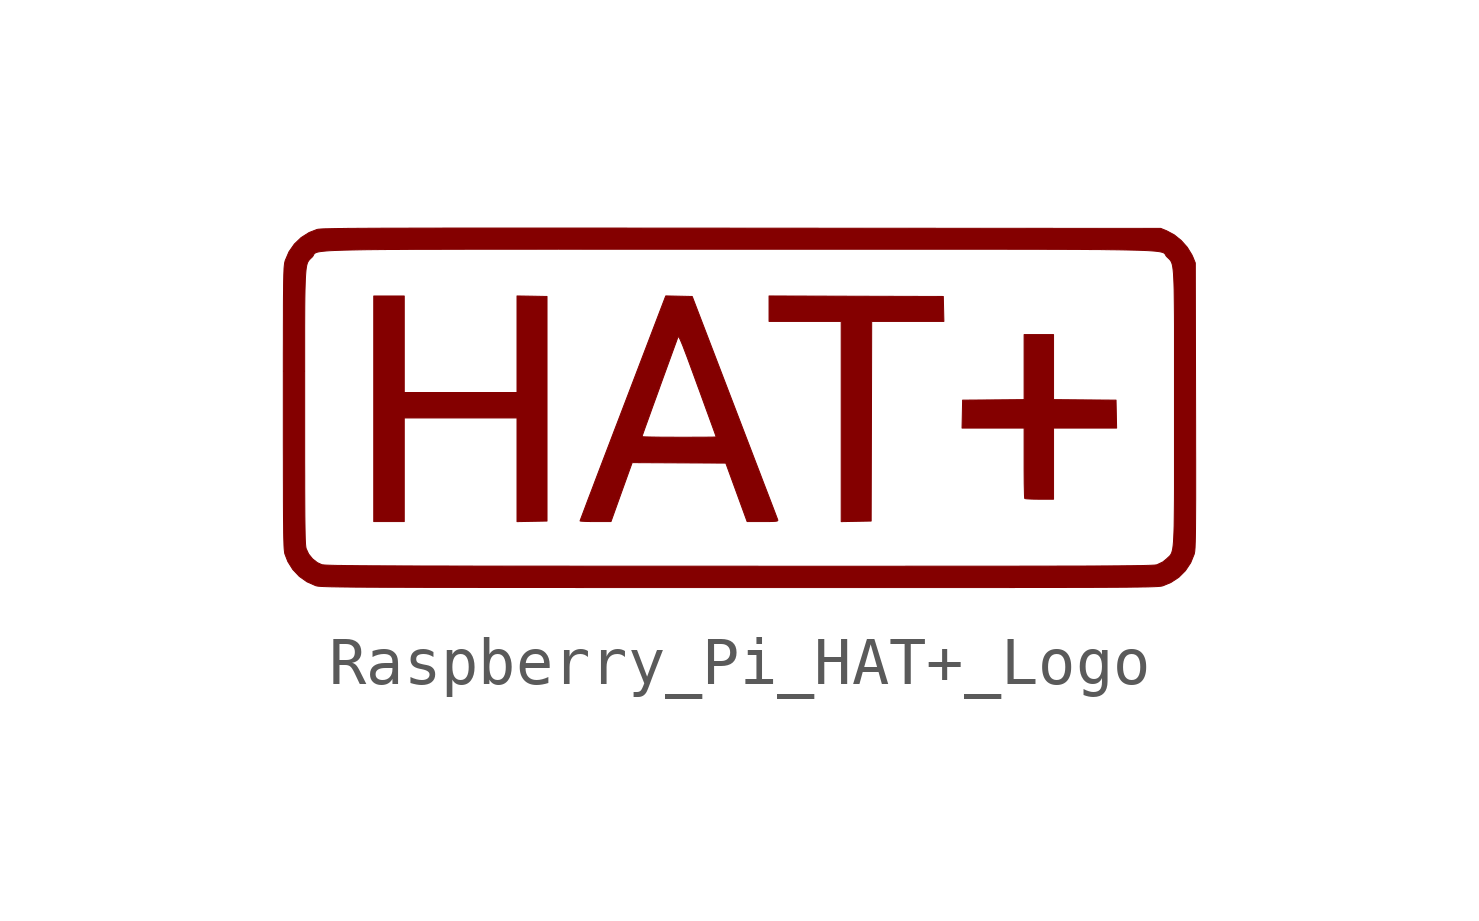
<source format=kicad_sym>
(kicad_symbol_lib
  (version 20241209)
  (generator "kicad_symbol_editor")
  (generator_version "9.0")
  (symbol "Raspberry_Pi_HAT+_Logo"
    (pin_names
      (offset 1.016))
    (property "Reference" "#G"
      (at 0 5.08 0)
      (effects (font (size 1.27 1.27)) (hide yes)))
    (symbol "Raspberry_Pi_HAT+_Logo_0_0"
      (polyline (pts (xy -4.323 -2.366) (xy -4.011 -2.36) (xy -4.011 -0.021) (xy -4.011 2.318) (xy -4.323 2.324) (xy -4.636 2.329) (xy -4.636 1.323) (xy -4.636 0.318) (xy -5.81 0.318) (xy -6.985 0.318) (xy -6.985 1.323) (xy -6.985 2.328) (xy -7.303 2.328) (xy -7.62 2.328) (xy -7.62 -0.021) (xy -7.62 -2.371) (xy -7.303 -2.371) (xy -6.985 -2.371) (xy -6.985 -1.291) (xy -6.985 -0.212) (xy -5.81 -0.212) (xy -4.636 -0.212) (xy -4.636 -1.292) (xy -4.636 -2.372) (xy -4.323 -2.366)) (stroke (width 0.01) (type default)) (fill (type outline)))
      (polyline (pts (xy -2.458 -1.757) (xy -2.237 -1.143) (xy -1.262 -1.148) (xy -0.287 -1.153) (xy -0.065 -1.762) (xy 0.157 -2.371) (xy 0.482 -2.371) (xy 0.518 -2.371) (xy 0.631 -2.37) (xy 0.71 -2.368) (xy 0.76 -2.364) (xy 0.787 -2.358) (xy 0.797 -2.348) (xy 0.795 -2.334) (xy 0.792 -2.325) (xy 0.775 -2.281) (xy 0.745 -2.201) (xy 0.702 -2.088) (xy 0.647 -1.944) (xy 0.581 -1.772) (xy 0.505 -1.575) (xy 0.421 -1.354) (xy 0.328 -1.112) (xy 0.229 -0.853) (xy 0.123 -0.577) (xy 0.013 -0.289) (xy -0.102 0.011) (xy -0.986 2.318) (xy -1.262 2.324) (xy -1.538 2.33) (xy -2.43 -0.007) (xy -2.502 -0.196) (xy -2.615 -0.49) (xy -2.657 -0.601) (xy -2.032 -0.601) (xy -2.032 -0.599) (xy -2.022 -0.569) (xy -1.999 -0.504) (xy -1.965 -0.408) (xy -1.92 -0.284) (xy -1.867 -0.137) (xy -1.807 0.031) (xy -1.74 0.214) (xy -1.669 0.41) (xy -1.657 0.445) (xy -1.586 0.641) (xy -1.519 0.825) (xy -1.457 0.995) (xy -1.403 1.144) (xy -1.357 1.271) (xy -1.321 1.369) (xy -1.297 1.437) (xy -1.286 1.468) (xy -1.284 1.473) (xy -1.277 1.48) (xy -1.268 1.475) (xy -1.255 1.457) (xy -1.238 1.422) (xy -1.214 1.367) (xy -1.182 1.29) (xy -1.143 1.187) (xy -1.093 1.056) (xy -1.033 0.893) (xy -0.961 0.697) (xy -0.876 0.463) (xy -0.838 0.361) (xy -0.767 0.165) (xy -0.701 -0.017) (xy -0.641 -0.181) (xy -0.589 -0.324) (xy -0.546 -0.442) (xy -0.514 -0.531) (xy -0.494 -0.588) (xy -0.487 -0.608) (xy -0.487 -0.608) (xy -0.508 -0.609) (xy -0.567 -0.611) (xy -0.658 -0.612) (xy -0.778 -0.613) (xy -0.921 -0.613) (xy -1.083 -0.614) (xy -1.259 -0.614) (xy -1.263 -0.614) (xy -1.439 -0.613) (xy -1.601 -0.613) (xy -1.743 -0.611) (xy -1.863 -0.609) (xy -1.954 -0.607) (xy -2.012 -0.604) (xy -2.032 -0.601) (xy -2.657 -0.601) (xy -2.722 -0.771) (xy -2.824 -1.038) (xy -2.919 -1.287) (xy -3.006 -1.516) (xy -3.084 -1.723) (xy -3.154 -1.905) (xy -3.212 -2.06) (xy -3.259 -2.185) (xy -3.294 -2.278) (xy -3.316 -2.336) (xy -3.323 -2.357) (xy -3.317 -2.36) (xy -3.277 -2.364) (xy -3.207 -2.368) (xy -3.112 -2.37) (xy -3 -2.371) (xy -2.678 -2.371) (xy -2.458 -1.757)) (stroke (width 0.01) (type default)) (fill (type outline)))
      (polyline (pts (xy 2.429 -2.366) (xy 2.741 -2.36) (xy 2.747 -0.28) (xy 2.752 1.799) (xy 3.504 1.799) (xy 4.256 1.799) (xy 4.25 2.058) (xy 4.244 2.318) (xy 2.429 2.323) (xy 0.614 2.329) (xy 0.614 2.064) (xy 0.614 1.799) (xy 1.365 1.799) (xy 2.117 1.799) (xy 2.117 -0.286) (xy 2.117 -2.372) (xy 2.429 -2.366)) (stroke (width 0.01) (type default)) (fill (type outline)))
      (polyline (pts (xy 3.327 -3.745) (xy 3.848 -3.745) (xy 4.335 -3.745) (xy 4.789 -3.745) (xy 5.21 -3.745) (xy 5.6 -3.745) (xy 5.961 -3.744) (xy 6.292 -3.744) (xy 6.597 -3.744) (xy 6.875 -3.743) (xy 7.128 -3.742) (xy 7.357 -3.742) (xy 7.564 -3.741) (xy 7.75 -3.74) (xy 7.916 -3.739) (xy 8.063 -3.738) (xy 8.192 -3.736) (xy 8.305 -3.735) (xy 8.402 -3.733) (xy 8.486 -3.732) (xy 8.557 -3.73) (xy 8.616 -3.728) (xy 8.665 -3.726) (xy 8.706 -3.724) (xy 8.738 -3.721) (xy 8.764 -3.719) (xy 8.784 -3.716) (xy 8.8 -3.713) (xy 8.813 -3.71) (xy 8.825 -3.706) (xy 8.986 -3.639) (xy 9.15 -3.531) (xy 9.288 -3.393) (xy 9.397 -3.23) (xy 9.471 -3.047) (xy 9.472 -3.042) (xy 9.476 -3.022) (xy 9.481 -2.994) (xy 9.484 -2.958) (xy 9.488 -2.912) (xy 9.49 -2.853) (xy 9.493 -2.778) (xy 9.495 -2.687) (xy 9.497 -2.576) (xy 9.498 -2.445) (xy 9.499 -2.29) (xy 9.5 -2.109) (xy 9.501 -1.901) (xy 9.501 -1.664) (xy 9.501 -1.394) (xy 9.501 -1.091) (xy 9.5 -0.752) (xy 9.5 -0.374) (xy 9.499 0.043) (xy 9.493 3.016) (xy 9.446 3.133) (xy 9.422 3.186) (xy 9.325 3.344) (xy 9.199 3.485) (xy 9.054 3.602) (xy 8.897 3.686) (xy 8.774 3.736) (xy 0.043 3.741) (xy -0.459 3.742) (xy -1.159 3.742) (xy -1.819 3.742) (xy -2.439 3.743) (xy -3.022 3.743) (xy -3.568 3.743) (xy -4.079 3.743) (xy -4.555 3.743) (xy -4.997 3.743) (xy -5.409 3.743) (xy -5.789 3.743) (xy -6.14 3.743) (xy -6.462 3.742) (xy -6.758 3.742) (xy -7.027 3.741) (xy -7.272 3.741) (xy -7.493 3.74) (xy -7.692 3.739) (xy -7.87 3.738) (xy -8.028 3.737) (xy -8.167 3.736) (xy -8.288 3.734) (xy -8.394 3.733) (xy -8.484 3.731) (xy -8.56 3.729) (xy -8.624 3.728) (xy -8.676 3.726) (xy -8.717 3.724) (xy -8.75 3.721) (xy -8.775 3.719) (xy -8.793 3.716) (xy -8.805 3.713) (xy -8.967 3.65) (xy -9.133 3.545) (xy -9.274 3.41) (xy -9.386 3.249) (xy -9.464 3.067) (xy -9.467 3.056) (xy -9.472 3.036) (xy -9.477 3.013) (xy -9.481 2.983) (xy -9.485 2.947) (xy -9.489 2.9) (xy -9.491 2.841) (xy -9.494 2.769) (xy -9.496 2.68) (xy -9.498 2.572) (xy -9.499 2.444) (xy -9.501 2.293) (xy -9.502 2.117) (xy -9.502 1.913) (xy -9.503 1.681) (xy -9.503 1.417) (xy -9.504 1.119) (xy -9.504 0.785) (xy -9.504 0.762) (xy -9.059 0.762) (xy -9.059 1.1) (xy -9.059 1.403) (xy -9.059 1.672) (xy -9.058 1.909) (xy -9.057 2.117) (xy -9.055 2.297) (xy -9.052 2.452) (xy -9.048 2.583) (xy -9.044 2.694) (xy -9.038 2.786) (xy -9.032 2.861) (xy -9.024 2.922) (xy -9.015 2.97) (xy -9.004 3.008) (xy -8.992 3.038) (xy -8.977 3.061) (xy -8.962 3.081) (xy -8.944 3.1) (xy -8.924 3.119) (xy -8.902 3.14) (xy -8.894 3.149) (xy -8.885 3.162) (xy -8.878 3.175) (xy -8.873 3.186) (xy -8.867 3.197) (xy -8.86 3.207) (xy -8.85 3.216) (xy -8.836 3.225) (xy -8.818 3.233) (xy -8.794 3.241) (xy -8.762 3.248) (xy -8.722 3.254) (xy -8.672 3.26) (xy -8.611 3.266) (xy -8.538 3.271) (xy -8.452 3.275) (xy -8.351 3.279) (xy -8.234 3.283) (xy -8.1 3.286) (xy -7.948 3.289) (xy -7.777 3.292) (xy -7.585 3.294) (xy -7.371 3.296) (xy -7.135 3.297) (xy -6.873 3.299) (xy -6.587 3.3) (xy -6.274 3.3) (xy -5.933 3.301) (xy -5.563 3.302) (xy -5.163 3.302) (xy -4.731 3.302) (xy -4.267 3.302) (xy -3.769 3.303) (xy -3.235 3.302) (xy -2.666 3.302) (xy -2.058 3.302) (xy -1.413 3.302) (xy -0.727 3.302) (xy 0 3.302) (xy 0.45 3.302) (xy 1.151 3.302) (xy 1.812 3.302) (xy 2.434 3.302) (xy 3.018 3.302) (xy 3.565 3.302) (xy 4.076 3.302) (xy 4.554 3.302) (xy 4.998 3.302) (xy 5.41 3.302) (xy 5.791 3.301) (xy 6.143 3.301) (xy 6.467 3.3) (xy 6.763 3.299) (xy 7.034 3.298) (xy 7.28 3.296) (xy 7.502 3.295) (xy 7.702 3.292) (xy 7.881 3.29) (xy 8.041 3.287) (xy 8.181 3.284) (xy 8.304 3.281) (xy 8.411 3.277) (xy 8.503 3.273) (xy 8.581 3.268) (xy 8.647 3.263) (xy 8.701 3.257) (xy 8.745 3.251) (xy 8.78 3.244) (xy 8.807 3.237) (xy 8.828 3.229) (xy 8.843 3.221) (xy 8.854 3.212) (xy 8.862 3.202) (xy 8.869 3.192) (xy 8.874 3.181) (xy 8.881 3.169) (xy 8.889 3.157) (xy 8.901 3.144) (xy 8.922 3.124) (xy 8.942 3.105) (xy 8.96 3.087) (xy 8.976 3.068) (xy 8.99 3.044) (xy 9.003 3.015) (xy 9.014 2.978) (xy 9.023 2.931) (xy 9.031 2.871) (xy 9.038 2.797) (xy 9.043 2.706) (xy 9.048 2.597) (xy 9.052 2.466) (xy 9.054 2.313) (xy 9.056 2.135) (xy 9.058 1.929) (xy 9.059 1.694) (xy 9.059 1.427) (xy 9.059 1.126) (xy 9.059 0.789) (xy 9.059 0.415) (xy 9.059 0) (xy 9.059 -0.412) (xy 9.059 -0.787) (xy 9.059 -1.124) (xy 9.059 -1.425) (xy 9.059 -1.692) (xy 9.058 -1.928) (xy 9.056 -2.134) (xy 9.054 -2.313) (xy 9.052 -2.467) (xy 9.048 -2.597) (xy 9.043 -2.707) (xy 9.038 -2.798) (xy 9.031 -2.872) (xy 9.023 -2.932) (xy 9.013 -2.979) (xy 9.002 -3.017) (xy 8.989 -3.046) (xy 8.975 -3.069) (xy 8.959 -3.088) (xy 8.94 -3.106) (xy 8.92 -3.124) (xy 8.898 -3.145) (xy 8.816 -3.212) (xy 8.694 -3.27) (xy 8.686 -3.272) (xy 8.669 -3.274) (xy 8.645 -3.277) (xy 8.611 -3.279) (xy 8.568 -3.281) (xy 8.513 -3.283) (xy 8.446 -3.285) (xy 8.365 -3.287) (xy 8.27 -3.288) (xy 8.158 -3.29) (xy 8.029 -3.291) (xy 7.881 -3.293) (xy 7.715 -3.294) (xy 7.527 -3.295) (xy 7.317 -3.296) (xy 7.084 -3.297) (xy 6.827 -3.297) (xy 6.543 -3.298) (xy 6.234 -3.299) (xy 5.896 -3.299) (xy 5.529 -3.3) (xy 5.131 -3.3) (xy 4.702 -3.3) (xy 4.241 -3.3) (xy 3.745 -3.3) (xy 3.214 -3.301) (xy 2.647 -3.301) (xy 2.042 -3.301) (xy 1.399 -3.301) (xy 0.715 -3.301) (xy -0.009 -3.3) (xy -0.535 -3.3) (xy -1.234 -3.3) (xy -1.892 -3.3) (xy -2.511 -3.3) (xy -3.092 -3.3) (xy -3.636 -3.299) (xy -4.144 -3.299) (xy -4.619 -3.299) (xy -5.059 -3.298) (xy -5.468 -3.298) (xy -5.846 -3.297) (xy -6.194 -3.296) (xy -6.513 -3.296) (xy -6.805 -3.295) (xy -7.071 -3.294) (xy -7.312 -3.293) (xy -7.528 -3.292) (xy -7.722 -3.291) (xy -7.895 -3.29) (xy -8.047 -3.288) (xy -8.18 -3.287) (xy -8.294 -3.285) (xy -8.392 -3.284) (xy -8.474 -3.282) (xy -8.542 -3.28) (xy -8.596 -3.278) (xy -8.638 -3.276) (xy -8.669 -3.273) (xy -8.691 -3.271) (xy -8.703 -3.268) (xy -8.795 -3.226) (xy -8.895 -3.147) (xy -8.976 -3.047) (xy -9.027 -2.937) (xy -9.028 -2.933) (xy -9.033 -2.912) (xy -9.037 -2.882) (xy -9.041 -2.842) (xy -9.044 -2.789) (xy -9.047 -2.722) (xy -9.049 -2.639) (xy -9.051 -2.536) (xy -9.053 -2.412) (xy -9.055 -2.265) (xy -9.056 -2.093) (xy -9.057 -1.893) (xy -9.058 -1.664) (xy -9.058 -1.403) (xy -9.059 -1.108) (xy -9.059 -0.778) (xy -9.059 -0.409) (xy -9.059 0) (xy -9.059 0.385) (xy -9.059 0.762) (xy -9.504 0.762) (xy -9.504 0.414) (xy -9.504 0.002) (xy -9.504 -0.0001) (xy -9.504 -0.415) (xy -9.504 -0.79) (xy -9.503 -1.127) (xy -9.503 -1.428) (xy -9.502 -1.695) (xy -9.502 -1.931) (xy -9.501 -2.136) (xy -9.5 -2.315) (xy -9.498 -2.467) (xy -9.497 -2.597) (xy -9.495 -2.705) (xy -9.492 -2.795) (xy -9.49 -2.867) (xy -9.487 -2.925) (xy -9.483 -2.97) (xy -9.479 -3.004) (xy -9.475 -3.03) (xy -9.47 -3.049) (xy -9.41 -3.204) (xy -9.306 -3.37) (xy -9.171 -3.513) (xy -9.011 -3.626) (xy -8.832 -3.705) (xy -8.823 -3.708) (xy -8.81 -3.711) (xy -8.794 -3.714) (xy -8.773 -3.717) (xy -8.747 -3.719) (xy -8.714 -3.722) (xy -8.672 -3.724) (xy -8.621 -3.726) (xy -8.56 -3.728) (xy -8.486 -3.73) (xy -8.4 -3.731) (xy -8.3 -3.733) (xy -8.184 -3.734) (xy -8.051 -3.736) (xy -7.9 -3.737) (xy -7.73 -3.738) (xy -7.54 -3.739) (xy -7.328 -3.74) (xy -7.093 -3.74) (xy -6.835 -3.741) (xy -6.551 -3.742) (xy -6.24 -3.742) (xy -5.902 -3.743) (xy -5.535 -3.743) (xy -5.138 -3.744) (xy -4.71 -3.744) (xy -4.249 -3.744) (xy -3.754 -3.744) (xy -3.224 -3.745) (xy -2.658 -3.745) (xy -2.055 -3.745) (xy -1.413 -3.745) (xy -0.73 -3.745) (xy -0.007 -3.745) (xy 0.154 -3.745) (xy 0.868 -3.745) (xy 1.541 -3.745) (xy 2.174 -3.745) (xy 2.769 -3.746) (xy 3.327 -3.745)) (stroke (width 0.01) (type default)) (fill (type outline)))
      (polyline (pts (xy 6.54 -1.164) (xy 6.54 -0.423) (xy 7.197 -0.423) (xy 7.854 -0.423) (xy 7.848 -0.132) (xy 7.842 0.159) (xy 7.191 0.164) (xy 6.54 0.17) (xy 6.54 0.847) (xy 6.54 1.524) (xy 6.234 1.524) (xy 5.927 1.524) (xy 5.927 0.847) (xy 5.927 0.17) (xy 5.286 0.164) (xy 4.646 0.159) (xy 4.64 -0.132) (xy 4.634 -0.423) (xy 5.28 -0.423) (xy 5.927 -0.423) (xy 5.927 -1.15) (xy 5.927 -1.287) (xy 5.928 -1.448) (xy 5.929 -1.591) (xy 5.932 -1.712) (xy 5.934 -1.806) (xy 5.937 -1.867) (xy 5.941 -1.891) (xy 5.944 -1.892) (xy 5.981 -1.897) (xy 6.049 -1.901) (xy 6.14 -1.904) (xy 6.248 -1.905) (xy 6.54 -1.905) (xy 6.54 -1.164)) (stroke (width 0.01) (type default)) (fill (type outline))))))
</source>
